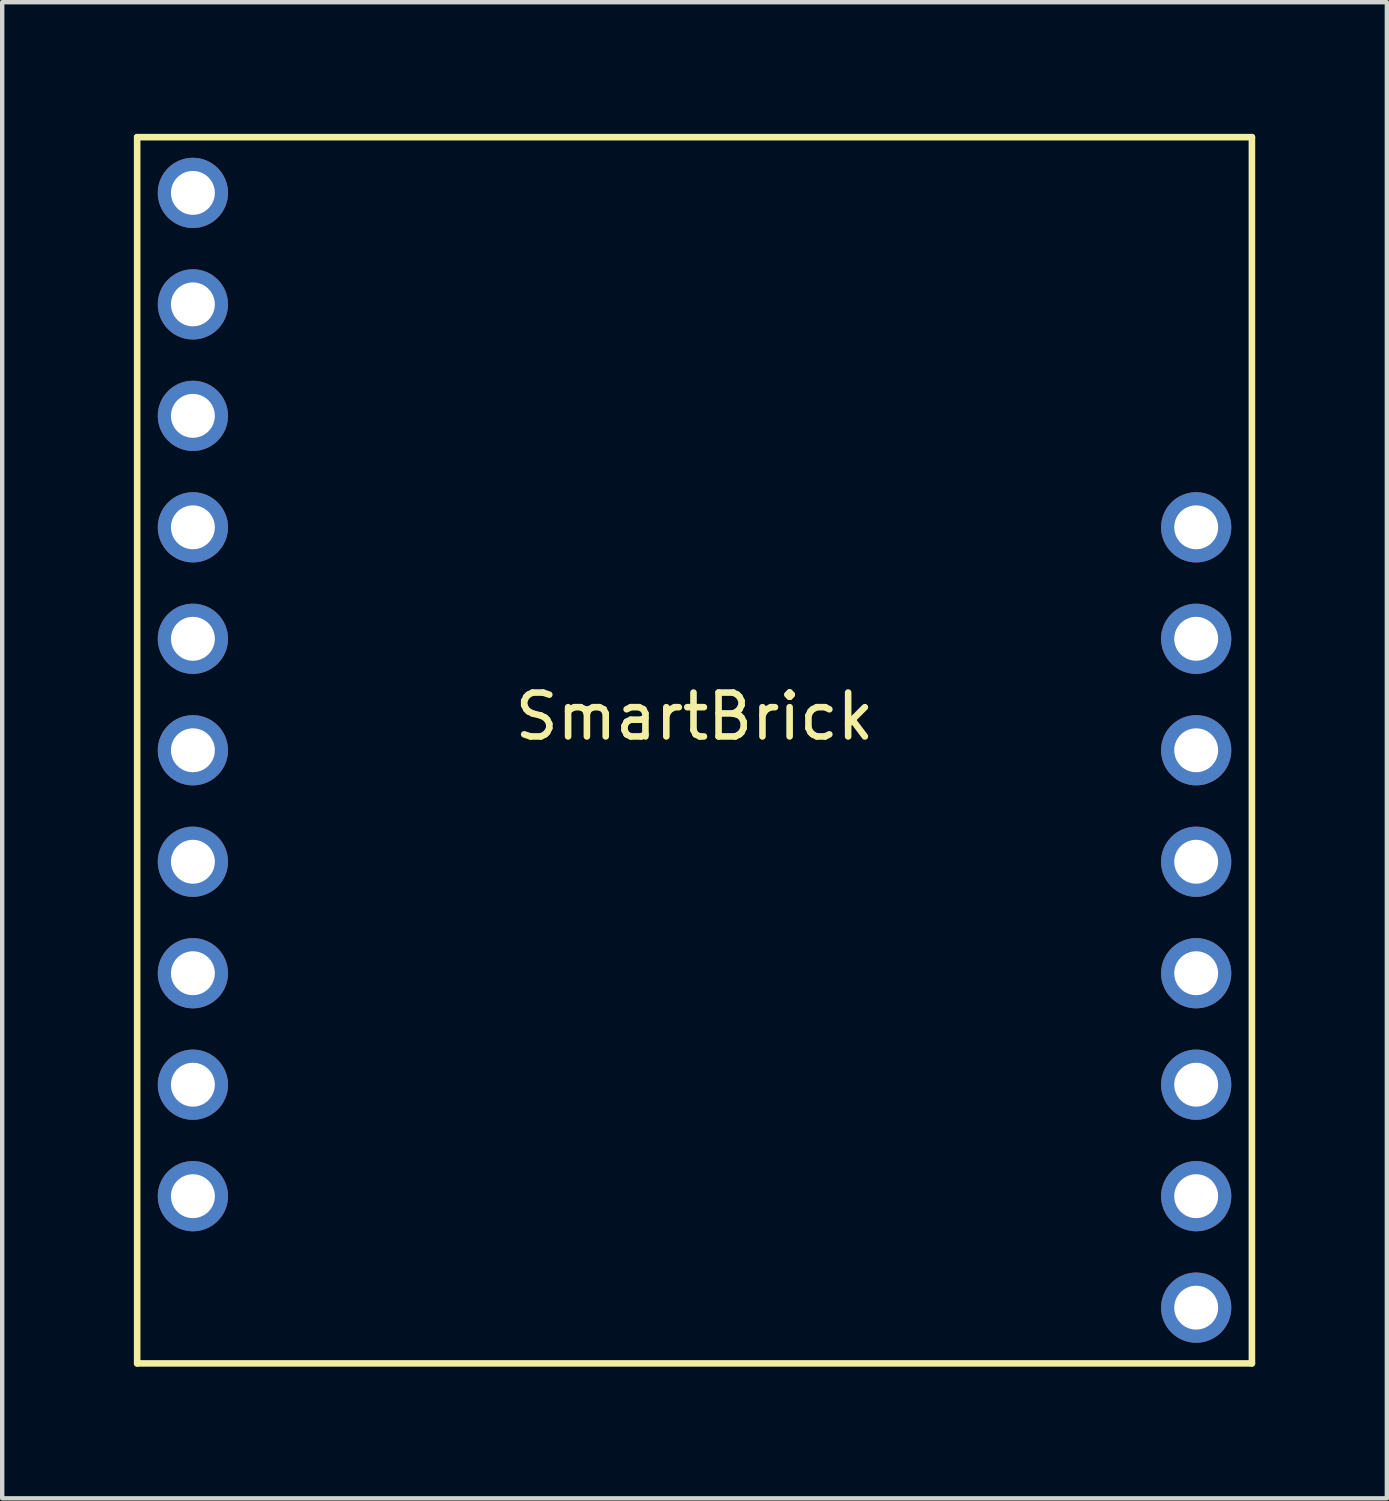
<source format=kicad_pcb>
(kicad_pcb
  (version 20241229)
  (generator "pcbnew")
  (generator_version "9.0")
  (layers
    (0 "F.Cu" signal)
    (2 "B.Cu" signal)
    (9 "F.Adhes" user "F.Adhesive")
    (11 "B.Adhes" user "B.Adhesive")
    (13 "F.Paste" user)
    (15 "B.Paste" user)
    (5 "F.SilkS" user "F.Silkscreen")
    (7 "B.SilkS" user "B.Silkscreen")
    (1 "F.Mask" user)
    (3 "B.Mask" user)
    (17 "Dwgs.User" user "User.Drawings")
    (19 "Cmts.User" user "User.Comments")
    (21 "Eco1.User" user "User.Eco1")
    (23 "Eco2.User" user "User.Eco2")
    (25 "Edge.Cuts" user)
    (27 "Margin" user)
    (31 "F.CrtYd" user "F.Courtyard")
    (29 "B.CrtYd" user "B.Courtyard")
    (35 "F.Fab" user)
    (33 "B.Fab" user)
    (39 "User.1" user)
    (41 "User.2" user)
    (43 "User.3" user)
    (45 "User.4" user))
  (footprint "SmartBrick"
    (layer "F.Cu")
    (at 12.775 12.775)
    (property "Reference" "SmartBrick" (at 0 0.5 0) (layer "F.SilkS") (effects (font (size 1 1) (thickness 0.15))))
    (attr through_hole)
    (fp_line (start -12.7 -12.7) (end 12.7 -12.7) (stroke (width 0.15) (type solid)) (layer "F.SilkS"))
    (fp_line (start -12.7 15.24) (end -12.7 -12.7) (stroke (width 0.15) (type solid)) (layer "F.SilkS"))
    (fp_line (start 12.7 -12.7) (end 12.7 15.24) (stroke (width 0.15) (type solid)) (layer "F.SilkS"))
    (fp_line (start 12.7 15.24) (end -12.7 15.24) (stroke (width 0.15) (type solid)) (layer "F.SilkS"))
    (pad "1" thru_hole circle (at -11.43 -11.43) (size 1.6 1.6) (drill 1) (layers "*.Cu" "*.Mask"))
    (pad "2" thru_hole circle (at -11.43 -8.89) (size 1.6 1.6) (drill 1) (layers "*.Cu" "*.Mask"))
    (pad "3" thru_hole circle (at -11.43 -6.35) (size 1.6 1.6) (drill 1) (layers "*.Cu" "*.Mask"))
    (pad "4" thru_hole circle (at -11.43 -3.81) (size 1.6 1.6) (drill 1) (layers "*.Cu" "*.Mask"))
    (pad "5" thru_hole circle (at -11.43 -1.27) (size 1.6 1.6) (drill 1) (layers "*.Cu" "*.Mask"))
    (pad "6" thru_hole circle (at -11.43 1.27) (size 1.6 1.6) (drill 1) (layers "*.Cu" "*.Mask"))
    (pad "7" thru_hole circle (at -11.43 3.81) (size 1.6 1.6) (drill 1) (layers "*.Cu" "*.Mask"))
    (pad "8" thru_hole circle (at -11.43 6.35) (size 1.6 1.6) (drill 1) (layers "*.Cu" "*.Mask"))
    (pad "9" thru_hole circle (at -11.43 8.89) (size 1.6 1.6) (drill 1) (layers "*.Cu" "*.Mask"))
    (pad "10" thru_hole circle (at -11.43 11.43) (size 1.6 1.6) (drill 1) (layers "*.Cu" "*.Mask"))
    (pad "11" thru_hole circle (at 11.43 -3.81) (size 1.6 1.6) (drill 1) (layers "*.Cu" "*.Mask"))
    (pad "12" thru_hole circle (at 11.43 -1.27) (size 1.6 1.6) (drill 1) (layers "*.Cu" "*.Mask"))
    (pad "13" thru_hole circle (at 11.43 1.27) (size 1.6 1.6) (drill 1) (layers "*.Cu" "*.Mask"))
    (pad "14" thru_hole circle (at 11.43 3.81) (size 1.6 1.6) (drill 1) (layers "*.Cu" "*.Mask"))
    (pad "15" thru_hole circle (at 11.43 6.35) (size 1.6 1.6) (drill 1) (layers "*.Cu" "*.Mask"))
    (pad "16" thru_hole circle (at 11.43 8.89) (size 1.6 1.6) (drill 1) (layers "*.Cu" "*.Mask"))
    (pad "17" thru_hole circle (at 11.43 11.43) (size 1.6 1.6) (drill 1) (layers "*.Cu" "*.Mask"))
    (pad "18" thru_hole circle (at 11.43 13.97) (size 1.6 1.6) (drill 1) (layers "*.Cu" "*.Mask")))
  (gr_rect
    (start -3 -3)
    (end 28.55 31.09)
    (stroke (width 0.1) (type default))
    (fill no)
    (layer "Edge.Cuts")))
</source>
